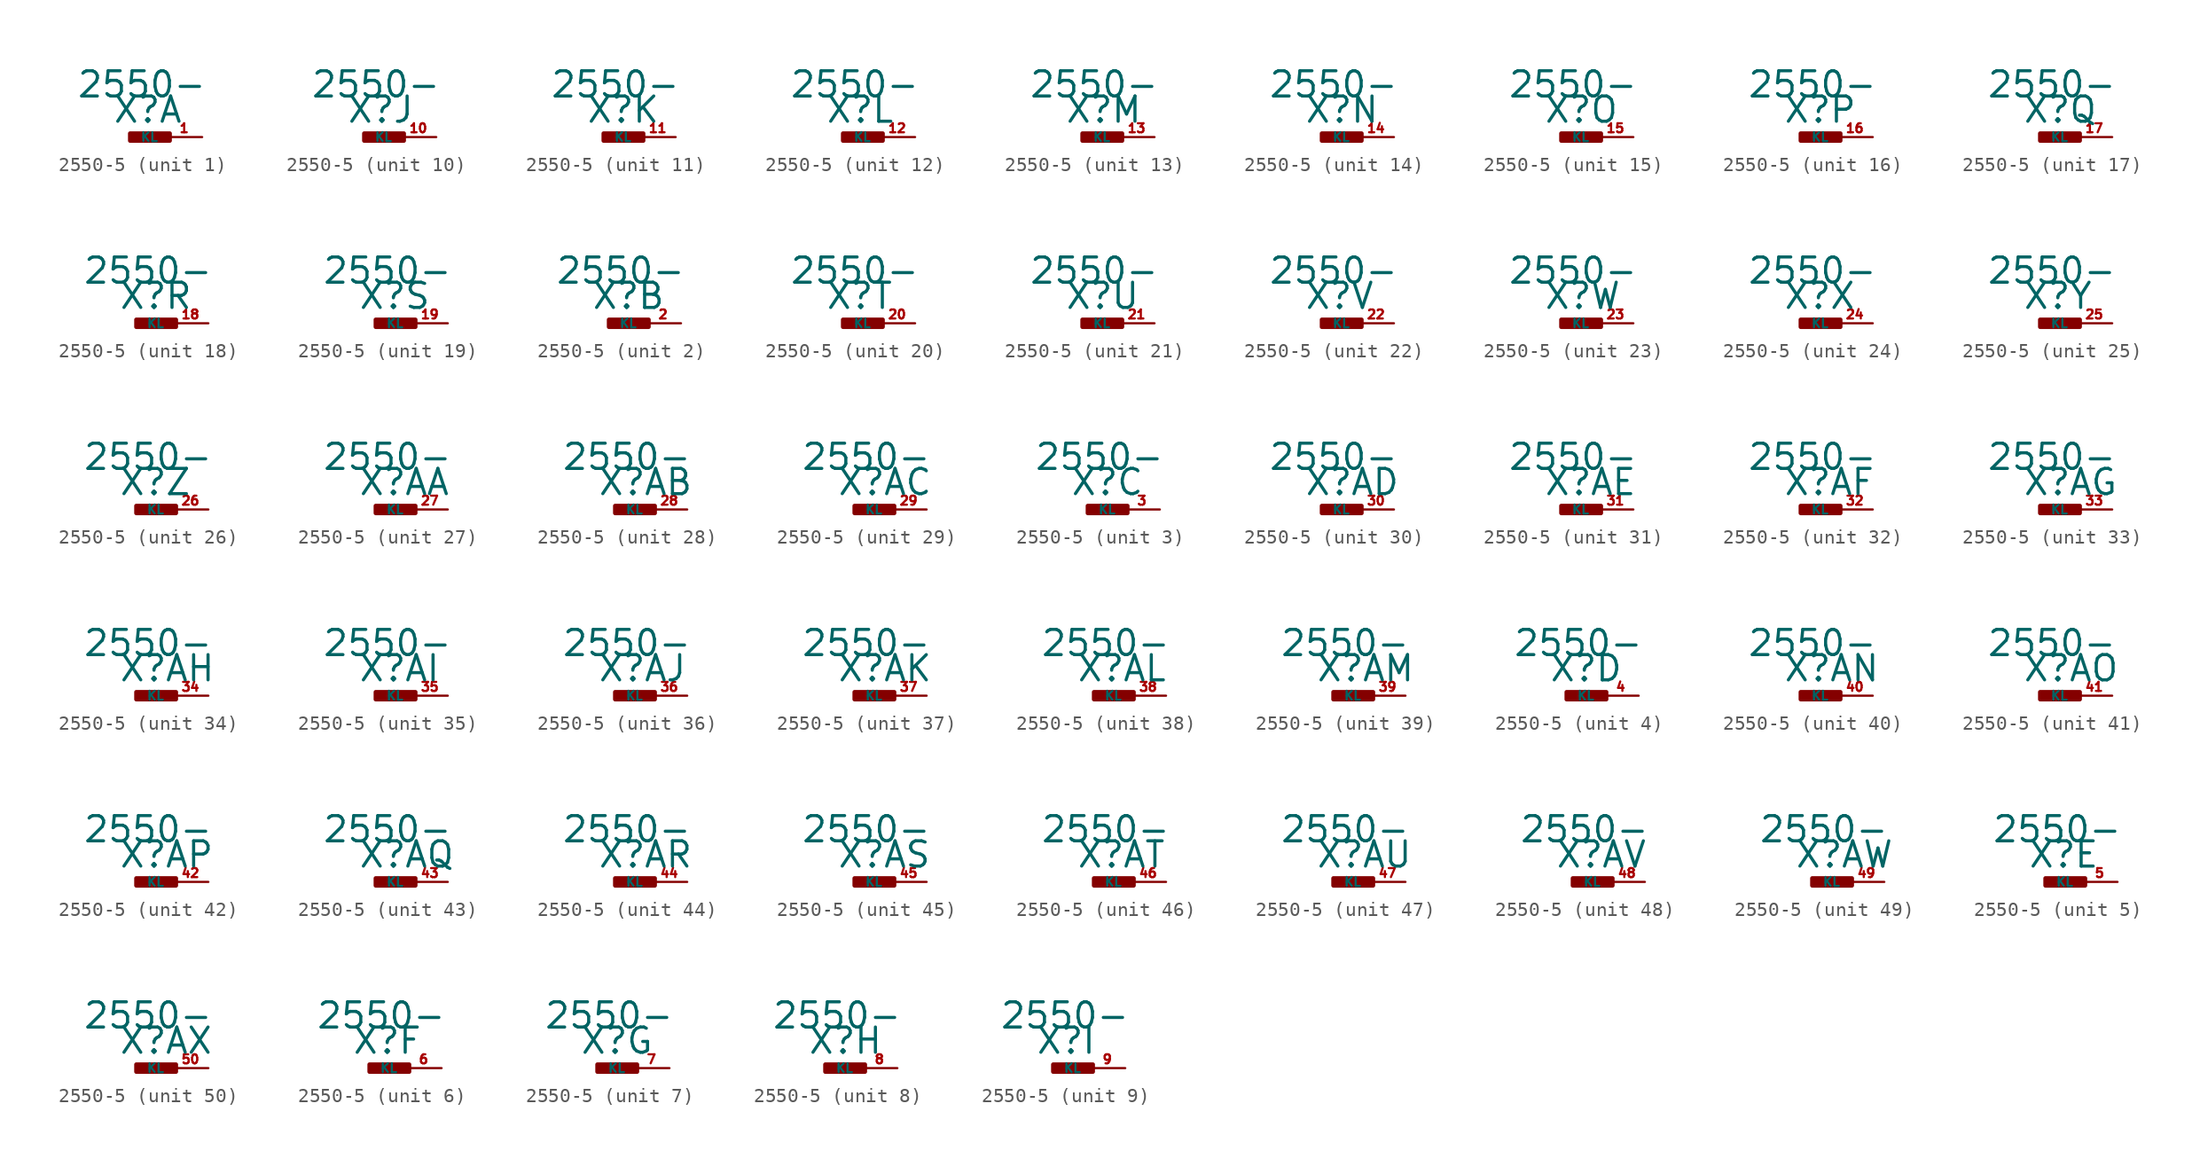
<source format=kicad_sym>
(kicad_symbol_lib
  (version 20220914)
  (generator Eagle2Kicad)
  (symbol "2550-5"
    (property "Reference" "X"
      (at -1.27 0.889 0)
      (effects (font (size 1.778 1.778) (thickness 0.22)) (justify left bottom)))
    (property "Value" "2550-"
      (at -3.81 2.667 0)
      (effects (font (size 1.778 1.778) (thickness 0.22)) (justify left bottom)))
    (symbol "2550-5_1_0"
      (rectangle (start 0 -0.254) (end 2.794 0.254) (stroke (width 0.3) (type default)) (fill (type outline)))
      (pin passive line (at 5.08 0 180) (length 2.54) (name "KL" (effects (font (size 0.635 0.635) (thickness 0.08)) (justify left bottom))) (number "1" (effects (font (size 0.635 0.635) (thickness 0.08)) (justify left bottom)))))
    (symbol "2550-5_2_0"
      (rectangle (start 0 -0.254) (end 2.794 0.254) (stroke (width 0.3) (type default)) (fill (type outline)))
      (pin passive line (at 5.08 0 180) (length 2.54) (name "KL" (effects (font (size 0.635 0.635) (thickness 0.08)) (justify left bottom))) (number "2" (effects (font (size 0.635 0.635) (thickness 0.08)) (justify left bottom)))))
    (symbol "2550-5_3_0"
      (rectangle (start 0 -0.254) (end 2.794 0.254) (stroke (width 0.3) (type default)) (fill (type outline)))
      (pin passive line (at 5.08 0 180) (length 2.54) (name "KL" (effects (font (size 0.635 0.635) (thickness 0.08)) (justify left bottom))) (number "3" (effects (font (size 0.635 0.635) (thickness 0.08)) (justify left bottom)))))
    (symbol "2550-5_4_0"
      (rectangle (start 0 -0.254) (end 2.794 0.254) (stroke (width 0.3) (type default)) (fill (type outline)))
      (pin passive line (at 5.08 0 180) (length 2.54) (name "KL" (effects (font (size 0.635 0.635) (thickness 0.08)) (justify left bottom))) (number "4" (effects (font (size 0.635 0.635) (thickness 0.08)) (justify left bottom)))))
    (symbol "2550-5_5_0"
      (rectangle (start 0 -0.254) (end 2.794 0.254) (stroke (width 0.3) (type default)) (fill (type outline)))
      (pin passive line (at 5.08 0 180) (length 2.54) (name "KL" (effects (font (size 0.635 0.635) (thickness 0.08)) (justify left bottom))) (number "5" (effects (font (size 0.635 0.635) (thickness 0.08)) (justify left bottom)))))
    (symbol "2550-5_6_0"
      (rectangle (start 0 -0.254) (end 2.794 0.254) (stroke (width 0.3) (type default)) (fill (type outline)))
      (pin passive line (at 5.08 0 180) (length 2.54) (name "KL" (effects (font (size 0.635 0.635) (thickness 0.08)) (justify left bottom))) (number "6" (effects (font (size 0.635 0.635) (thickness 0.08)) (justify left bottom)))))
    (symbol "2550-5_7_0"
      (rectangle (start 0 -0.254) (end 2.794 0.254) (stroke (width 0.3) (type default)) (fill (type outline)))
      (pin passive line (at 5.08 0 180) (length 2.54) (name "KL" (effects (font (size 0.635 0.635) (thickness 0.08)) (justify left bottom))) (number "7" (effects (font (size 0.635 0.635) (thickness 0.08)) (justify left bottom)))))
    (symbol "2550-5_8_0"
      (rectangle (start 0 -0.254) (end 2.794 0.254) (stroke (width 0.3) (type default)) (fill (type outline)))
      (pin passive line (at 5.08 0 180) (length 2.54) (name "KL" (effects (font (size 0.635 0.635) (thickness 0.08)) (justify left bottom))) (number "8" (effects (font (size 0.635 0.635) (thickness 0.08)) (justify left bottom)))))
    (symbol "2550-5_9_0"
      (rectangle (start 0 -0.254) (end 2.794 0.254) (stroke (width 0.3) (type default)) (fill (type outline)))
      (pin passive line (at 5.08 0 180) (length 2.54) (name "KL" (effects (font (size 0.635 0.635) (thickness 0.08)) (justify left bottom))) (number "9" (effects (font (size 0.635 0.635) (thickness 0.08)) (justify left bottom)))))
    (symbol "2550-5_10_0"
      (rectangle (start 0 -0.254) (end 2.794 0.254) (stroke (width 0.3) (type default)) (fill (type outline)))
      (pin passive line (at 5.08 0 180) (length 2.54) (name "KL" (effects (font (size 0.635 0.635) (thickness 0.08)) (justify left bottom))) (number "10" (effects (font (size 0.635 0.635) (thickness 0.08)) (justify left bottom)))))
    (symbol "2550-5_11_0"
      (rectangle (start 0 -0.254) (end 2.794 0.254) (stroke (width 0.3) (type default)) (fill (type outline)))
      (pin passive line (at 5.08 0 180) (length 2.54) (name "KL" (effects (font (size 0.635 0.635) (thickness 0.08)) (justify left bottom))) (number "11" (effects (font (size 0.635 0.635) (thickness 0.08)) (justify left bottom)))))
    (symbol "2550-5_12_0"
      (rectangle (start 0 -0.254) (end 2.794 0.254) (stroke (width 0.3) (type default)) (fill (type outline)))
      (pin passive line (at 5.08 0 180) (length 2.54) (name "KL" (effects (font (size 0.635 0.635) (thickness 0.08)) (justify left bottom))) (number "12" (effects (font (size 0.635 0.635) (thickness 0.08)) (justify left bottom)))))
    (symbol "2550-5_13_0"
      (rectangle (start 0 -0.254) (end 2.794 0.254) (stroke (width 0.3) (type default)) (fill (type outline)))
      (pin passive line (at 5.08 0 180) (length 2.54) (name "KL" (effects (font (size 0.635 0.635) (thickness 0.08)) (justify left bottom))) (number "13" (effects (font (size 0.635 0.635) (thickness 0.08)) (justify left bottom)))))
    (symbol "2550-5_14_0"
      (rectangle (start 0 -0.254) (end 2.794 0.254) (stroke (width 0.3) (type default)) (fill (type outline)))
      (pin passive line (at 5.08 0 180) (length 2.54) (name "KL" (effects (font (size 0.635 0.635) (thickness 0.08)) (justify left bottom))) (number "14" (effects (font (size 0.635 0.635) (thickness 0.08)) (justify left bottom)))))
    (symbol "2550-5_15_0"
      (rectangle (start 0 -0.254) (end 2.794 0.254) (stroke (width 0.3) (type default)) (fill (type outline)))
      (pin passive line (at 5.08 0 180) (length 2.54) (name "KL" (effects (font (size 0.635 0.635) (thickness 0.08)) (justify left bottom))) (number "15" (effects (font (size 0.635 0.635) (thickness 0.08)) (justify left bottom)))))
    (symbol "2550-5_16_0"
      (rectangle (start 0 -0.254) (end 2.794 0.254) (stroke (width 0.3) (type default)) (fill (type outline)))
      (pin passive line (at 5.08 0 180) (length 2.54) (name "KL" (effects (font (size 0.635 0.635) (thickness 0.08)) (justify left bottom))) (number "16" (effects (font (size 0.635 0.635) (thickness 0.08)) (justify left bottom)))))
    (symbol "2550-5_17_0"
      (rectangle (start 0 -0.254) (end 2.794 0.254) (stroke (width 0.3) (type default)) (fill (type outline)))
      (pin passive line (at 5.08 0 180) (length 2.54) (name "KL" (effects (font (size 0.635 0.635) (thickness 0.08)) (justify left bottom))) (number "17" (effects (font (size 0.635 0.635) (thickness 0.08)) (justify left bottom)))))
    (symbol "2550-5_18_0"
      (rectangle (start 0 -0.254) (end 2.794 0.254) (stroke (width 0.3) (type default)) (fill (type outline)))
      (pin passive line (at 5.08 0 180) (length 2.54) (name "KL" (effects (font (size 0.635 0.635) (thickness 0.08)) (justify left bottom))) (number "18" (effects (font (size 0.635 0.635) (thickness 0.08)) (justify left bottom)))))
    (symbol "2550-5_19_0"
      (rectangle (start 0 -0.254) (end 2.794 0.254) (stroke (width 0.3) (type default)) (fill (type outline)))
      (pin passive line (at 5.08 0 180) (length 2.54) (name "KL" (effects (font (size 0.635 0.635) (thickness 0.08)) (justify left bottom))) (number "19" (effects (font (size 0.635 0.635) (thickness 0.08)) (justify left bottom)))))
    (symbol "2550-5_20_0"
      (rectangle (start 0 -0.254) (end 2.794 0.254) (stroke (width 0.3) (type default)) (fill (type outline)))
      (pin passive line (at 5.08 0 180) (length 2.54) (name "KL" (effects (font (size 0.635 0.635) (thickness 0.08)) (justify left bottom))) (number "20" (effects (font (size 0.635 0.635) (thickness 0.08)) (justify left bottom)))))
    (symbol "2550-5_21_0"
      (rectangle (start 0 -0.254) (end 2.794 0.254) (stroke (width 0.3) (type default)) (fill (type outline)))
      (pin passive line (at 5.08 0 180) (length 2.54) (name "KL" (effects (font (size 0.635 0.635) (thickness 0.08)) (justify left bottom))) (number "21" (effects (font (size 0.635 0.635) (thickness 0.08)) (justify left bottom)))))
    (symbol "2550-5_22_0"
      (rectangle (start 0 -0.254) (end 2.794 0.254) (stroke (width 0.3) (type default)) (fill (type outline)))
      (pin passive line (at 5.08 0 180) (length 2.54) (name "KL" (effects (font (size 0.635 0.635) (thickness 0.08)) (justify left bottom))) (number "22" (effects (font (size 0.635 0.635) (thickness 0.08)) (justify left bottom)))))
    (symbol "2550-5_23_0"
      (rectangle (start 0 -0.254) (end 2.794 0.254) (stroke (width 0.3) (type default)) (fill (type outline)))
      (pin passive line (at 5.08 0 180) (length 2.54) (name "KL" (effects (font (size 0.635 0.635) (thickness 0.08)) (justify left bottom))) (number "23" (effects (font (size 0.635 0.635) (thickness 0.08)) (justify left bottom)))))
    (symbol "2550-5_24_0"
      (rectangle (start 0 -0.254) (end 2.794 0.254) (stroke (width 0.3) (type default)) (fill (type outline)))
      (pin passive line (at 5.08 0 180) (length 2.54) (name "KL" (effects (font (size 0.635 0.635) (thickness 0.08)) (justify left bottom))) (number "24" (effects (font (size 0.635 0.635) (thickness 0.08)) (justify left bottom)))))
    (symbol "2550-5_25_0"
      (rectangle (start 0 -0.254) (end 2.794 0.254) (stroke (width 0.3) (type default)) (fill (type outline)))
      (pin passive line (at 5.08 0 180) (length 2.54) (name "KL" (effects (font (size 0.635 0.635) (thickness 0.08)) (justify left bottom))) (number "25" (effects (font (size 0.635 0.635) (thickness 0.08)) (justify left bottom)))))
    (symbol "2550-5_26_0"
      (rectangle (start 0 -0.254) (end 2.794 0.254) (stroke (width 0.3) (type default)) (fill (type outline)))
      (pin passive line (at 5.08 0 180) (length 2.54) (name "KL" (effects (font (size 0.635 0.635) (thickness 0.08)) (justify left bottom))) (number "26" (effects (font (size 0.635 0.635) (thickness 0.08)) (justify left bottom)))))
    (symbol "2550-5_27_0"
      (rectangle (start 0 -0.254) (end 2.794 0.254) (stroke (width 0.3) (type default)) (fill (type outline)))
      (pin passive line (at 5.08 0 180) (length 2.54) (name "KL" (effects (font (size 0.635 0.635) (thickness 0.08)) (justify left bottom))) (number "27" (effects (font (size 0.635 0.635) (thickness 0.08)) (justify left bottom)))))
    (symbol "2550-5_28_0"
      (rectangle (start 0 -0.254) (end 2.794 0.254) (stroke (width 0.3) (type default)) (fill (type outline)))
      (pin passive line (at 5.08 0 180) (length 2.54) (name "KL" (effects (font (size 0.635 0.635) (thickness 0.08)) (justify left bottom))) (number "28" (effects (font (size 0.635 0.635) (thickness 0.08)) (justify left bottom)))))
    (symbol "2550-5_29_0"
      (rectangle (start 0 -0.254) (end 2.794 0.254) (stroke (width 0.3) (type default)) (fill (type outline)))
      (pin passive line (at 5.08 0 180) (length 2.54) (name "KL" (effects (font (size 0.635 0.635) (thickness 0.08)) (justify left bottom))) (number "29" (effects (font (size 0.635 0.635) (thickness 0.08)) (justify left bottom)))))
    (symbol "2550-5_30_0"
      (rectangle (start 0 -0.254) (end 2.794 0.254) (stroke (width 0.3) (type default)) (fill (type outline)))
      (pin passive line (at 5.08 0 180) (length 2.54) (name "KL" (effects (font (size 0.635 0.635) (thickness 0.08)) (justify left bottom))) (number "30" (effects (font (size 0.635 0.635) (thickness 0.08)) (justify left bottom)))))
    (symbol "2550-5_31_0"
      (rectangle (start 0 -0.254) (end 2.794 0.254) (stroke (width 0.3) (type default)) (fill (type outline)))
      (pin passive line (at 5.08 0 180) (length 2.54) (name "KL" (effects (font (size 0.635 0.635) (thickness 0.08)) (justify left bottom))) (number "31" (effects (font (size 0.635 0.635) (thickness 0.08)) (justify left bottom)))))
    (symbol "2550-5_32_0"
      (rectangle (start 0 -0.254) (end 2.794 0.254) (stroke (width 0.3) (type default)) (fill (type outline)))
      (pin passive line (at 5.08 0 180) (length 2.54) (name "KL" (effects (font (size 0.635 0.635) (thickness 0.08)) (justify left bottom))) (number "32" (effects (font (size 0.635 0.635) (thickness 0.08)) (justify left bottom)))))
    (symbol "2550-5_33_0"
      (rectangle (start 0 -0.254) (end 2.794 0.254) (stroke (width 0.3) (type default)) (fill (type outline)))
      (pin passive line (at 5.08 0 180) (length 2.54) (name "KL" (effects (font (size 0.635 0.635) (thickness 0.08)) (justify left bottom))) (number "33" (effects (font (size 0.635 0.635) (thickness 0.08)) (justify left bottom)))))
    (symbol "2550-5_34_0"
      (rectangle (start 0 -0.254) (end 2.794 0.254) (stroke (width 0.3) (type default)) (fill (type outline)))
      (pin passive line (at 5.08 0 180) (length 2.54) (name "KL" (effects (font (size 0.635 0.635) (thickness 0.08)) (justify left bottom))) (number "34" (effects (font (size 0.635 0.635) (thickness 0.08)) (justify left bottom)))))
    (symbol "2550-5_35_0"
      (rectangle (start 0 -0.254) (end 2.794 0.254) (stroke (width 0.3) (type default)) (fill (type outline)))
      (pin passive line (at 5.08 0 180) (length 2.54) (name "KL" (effects (font (size 0.635 0.635) (thickness 0.08)) (justify left bottom))) (number "35" (effects (font (size 0.635 0.635) (thickness 0.08)) (justify left bottom)))))
    (symbol "2550-5_36_0"
      (rectangle (start 0 -0.254) (end 2.794 0.254) (stroke (width 0.3) (type default)) (fill (type outline)))
      (pin passive line (at 5.08 0 180) (length 2.54) (name "KL" (effects (font (size 0.635 0.635) (thickness 0.08)) (justify left bottom))) (number "36" (effects (font (size 0.635 0.635) (thickness 0.08)) (justify left bottom)))))
    (symbol "2550-5_37_0"
      (rectangle (start 0 -0.254) (end 2.794 0.254) (stroke (width 0.3) (type default)) (fill (type outline)))
      (pin passive line (at 5.08 0 180) (length 2.54) (name "KL" (effects (font (size 0.635 0.635) (thickness 0.08)) (justify left bottom))) (number "37" (effects (font (size 0.635 0.635) (thickness 0.08)) (justify left bottom)))))
    (symbol "2550-5_38_0"
      (rectangle (start 0 -0.254) (end 2.794 0.254) (stroke (width 0.3) (type default)) (fill (type outline)))
      (pin passive line (at 5.08 0 180) (length 2.54) (name "KL" (effects (font (size 0.635 0.635) (thickness 0.08)) (justify left bottom))) (number "38" (effects (font (size 0.635 0.635) (thickness 0.08)) (justify left bottom)))))
    (symbol "2550-5_39_0"
      (rectangle (start 0 -0.254) (end 2.794 0.254) (stroke (width 0.3) (type default)) (fill (type outline)))
      (pin passive line (at 5.08 0 180) (length 2.54) (name "KL" (effects (font (size 0.635 0.635) (thickness 0.08)) (justify left bottom))) (number "39" (effects (font (size 0.635 0.635) (thickness 0.08)) (justify left bottom)))))
    (symbol "2550-5_40_0"
      (rectangle (start 0 -0.254) (end 2.794 0.254) (stroke (width 0.3) (type default)) (fill (type outline)))
      (pin passive line (at 5.08 0 180) (length 2.54) (name "KL" (effects (font (size 0.635 0.635) (thickness 0.08)) (justify left bottom))) (number "40" (effects (font (size 0.635 0.635) (thickness 0.08)) (justify left bottom)))))
    (symbol "2550-5_41_0"
      (rectangle (start 0 -0.254) (end 2.794 0.254) (stroke (width 0.3) (type default)) (fill (type outline)))
      (pin passive line (at 5.08 0 180) (length 2.54) (name "KL" (effects (font (size 0.635 0.635) (thickness 0.08)) (justify left bottom))) (number "41" (effects (font (size 0.635 0.635) (thickness 0.08)) (justify left bottom)))))
    (symbol "2550-5_42_0"
      (rectangle (start 0 -0.254) (end 2.794 0.254) (stroke (width 0.3) (type default)) (fill (type outline)))
      (pin passive line (at 5.08 0 180) (length 2.54) (name "KL" (effects (font (size 0.635 0.635) (thickness 0.08)) (justify left bottom))) (number "42" (effects (font (size 0.635 0.635) (thickness 0.08)) (justify left bottom)))))
    (symbol "2550-5_43_0"
      (rectangle (start 0 -0.254) (end 2.794 0.254) (stroke (width 0.3) (type default)) (fill (type outline)))
      (pin passive line (at 5.08 0 180) (length 2.54) (name "KL" (effects (font (size 0.635 0.635) (thickness 0.08)) (justify left bottom))) (number "43" (effects (font (size 0.635 0.635) (thickness 0.08)) (justify left bottom)))))
    (symbol "2550-5_44_0"
      (rectangle (start 0 -0.254) (end 2.794 0.254) (stroke (width 0.3) (type default)) (fill (type outline)))
      (pin passive line (at 5.08 0 180) (length 2.54) (name "KL" (effects (font (size 0.635 0.635) (thickness 0.08)) (justify left bottom))) (number "44" (effects (font (size 0.635 0.635) (thickness 0.08)) (justify left bottom)))))
    (symbol "2550-5_45_0"
      (rectangle (start 0 -0.254) (end 2.794 0.254) (stroke (width 0.3) (type default)) (fill (type outline)))
      (pin passive line (at 5.08 0 180) (length 2.54) (name "KL" (effects (font (size 0.635 0.635) (thickness 0.08)) (justify left bottom))) (number "45" (effects (font (size 0.635 0.635) (thickness 0.08)) (justify left bottom)))))
    (symbol "2550-5_46_0"
      (rectangle (start 0 -0.254) (end 2.794 0.254) (stroke (width 0.3) (type default)) (fill (type outline)))
      (pin passive line (at 5.08 0 180) (length 2.54) (name "KL" (effects (font (size 0.635 0.635) (thickness 0.08)) (justify left bottom))) (number "46" (effects (font (size 0.635 0.635) (thickness 0.08)) (justify left bottom)))))
    (symbol "2550-5_47_0"
      (rectangle (start 0 -0.254) (end 2.794 0.254) (stroke (width 0.3) (type default)) (fill (type outline)))
      (pin passive line (at 5.08 0 180) (length 2.54) (name "KL" (effects (font (size 0.635 0.635) (thickness 0.08)) (justify left bottom))) (number "47" (effects (font (size 0.635 0.635) (thickness 0.08)) (justify left bottom)))))
    (symbol "2550-5_48_0"
      (rectangle (start 0 -0.254) (end 2.794 0.254) (stroke (width 0.3) (type default)) (fill (type outline)))
      (pin passive line (at 5.08 0 180) (length 2.54) (name "KL" (effects (font (size 0.635 0.635) (thickness 0.08)) (justify left bottom))) (number "48" (effects (font (size 0.635 0.635) (thickness 0.08)) (justify left bottom)))))
    (symbol "2550-5_49_0"
      (rectangle (start 0 -0.254) (end 2.794 0.254) (stroke (width 0.3) (type default)) (fill (type outline)))
      (pin passive line (at 5.08 0 180) (length 2.54) (name "KL" (effects (font (size 0.635 0.635) (thickness 0.08)) (justify left bottom))) (number "49" (effects (font (size 0.635 0.635) (thickness 0.08)) (justify left bottom)))))
    (symbol "2550-5_50_0"
      (rectangle (start 0 -0.254) (end 2.794 0.254) (stroke (width 0.3) (type default)) (fill (type outline)))
      (pin passive line (at 5.08 0 180) (length 2.54) (name "KL" (effects (font (size 0.635 0.635) (thickness 0.08)) (justify left bottom))) (number "50" (effects (font (size 0.635 0.635) (thickness 0.08)) (justify left bottom)))))))
</source>
